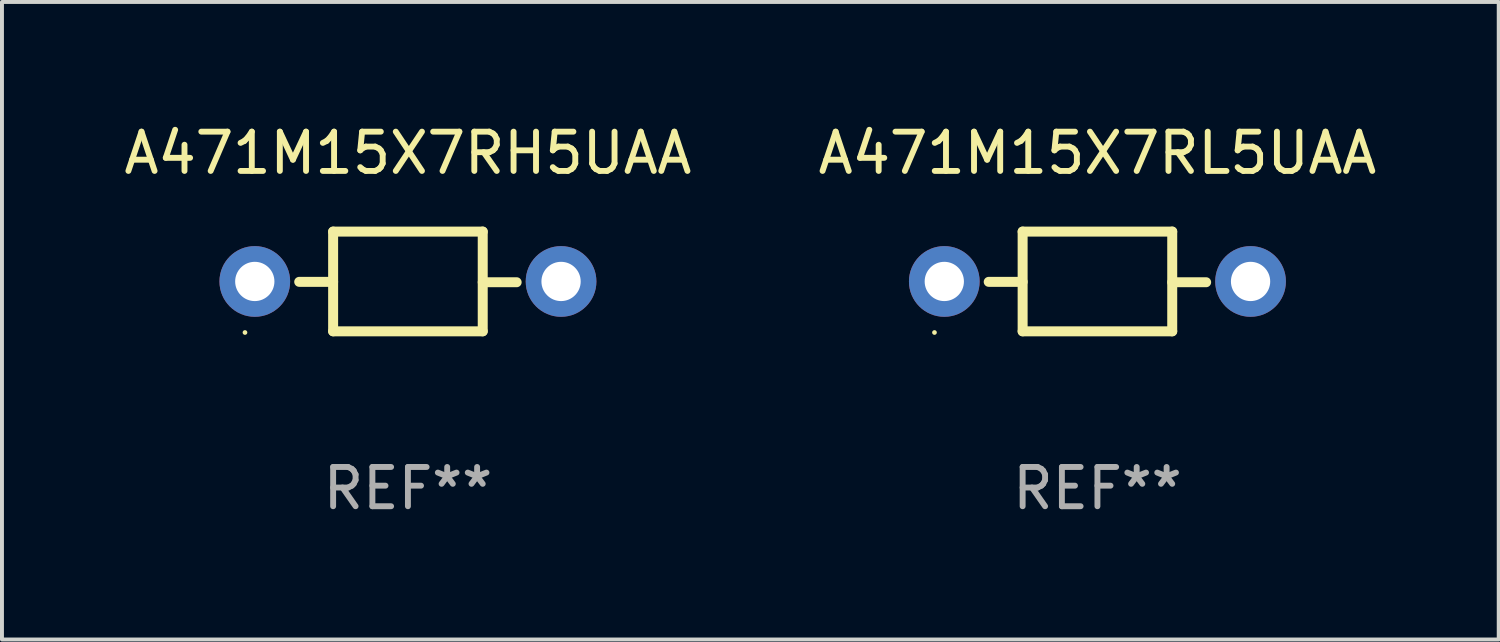
<source format=kicad_pcb>
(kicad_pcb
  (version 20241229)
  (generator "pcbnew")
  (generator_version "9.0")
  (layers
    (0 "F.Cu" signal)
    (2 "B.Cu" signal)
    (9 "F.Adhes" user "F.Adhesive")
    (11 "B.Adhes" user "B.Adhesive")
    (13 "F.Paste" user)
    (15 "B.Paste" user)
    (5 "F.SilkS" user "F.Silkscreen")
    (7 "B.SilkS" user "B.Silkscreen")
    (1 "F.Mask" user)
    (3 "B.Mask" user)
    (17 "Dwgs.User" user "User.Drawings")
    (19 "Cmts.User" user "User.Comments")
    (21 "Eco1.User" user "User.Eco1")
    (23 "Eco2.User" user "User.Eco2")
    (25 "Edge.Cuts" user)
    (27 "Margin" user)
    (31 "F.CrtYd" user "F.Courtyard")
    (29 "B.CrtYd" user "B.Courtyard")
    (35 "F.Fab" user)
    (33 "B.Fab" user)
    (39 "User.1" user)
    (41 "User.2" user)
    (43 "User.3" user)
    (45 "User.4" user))
  (footprint "A471M15X7RH5UAA"
    (layer "F.Cu")
    (at 7.339 4.118)
    (property "Reference" "A471M15X7RH5UAA" (at 0 -3.27 0) (layer "F.SilkS") (effects (font (size 1 1) (thickness 0.15))))
    (attr through_hole)
    (fp_line (start -1.905 -1.27) (end -1.905 1.27) (stroke (width 0.254) (type solid)) (layer "F.SilkS"))
    (fp_line (start -1.905 0.01) (end -2.769 0.01) (stroke (width 0.254) (type solid)) (layer "F.SilkS"))
    (fp_line (start -1.905 1.27) (end 1.905 1.27) (stroke (width 0.254) (type solid)) (layer "F.SilkS"))
    (fp_line (start 1.905 -1.27) (end -1.905 -1.27) (stroke (width 0.254) (type solid)) (layer "F.SilkS"))
    (fp_line (start 1.905 0.02) (end 2.769 0.02) (stroke (width 0.254) (type solid)) (layer "F.SilkS"))
    (fp_line (start 1.905 1.27) (end 1.905 -1.27) (stroke (width 0.254) (type solid)) (layer "F.SilkS"))
    (fp_circle (center -4.15 1.3) (end -4.12 1.3) (stroke (width 0.06) (type solid)) (fill no) (layer "F.SilkS"))
    (fp_text user "REF**" (at 0 5.27 0) (layer "F.Fab") (effects (font (size 1 1) (thickness 0.15))))
    (pad "1" thru_hole circle (at -3.9 0) (size 1.8 1.8) (drill 1) (layers "*.Cu" "*.Mask"))
    (pad "2" thru_hole circle (at 3.9 0) (size 1.8 1.8) (drill 1) (layers "*.Cu" "*.Mask")))
  (footprint "A471M15X7RL5UAA"
    (layer "F.Cu")
    (at 24.899 4.118)
    (property "Reference" "A471M15X7RL5UAA" (at 0 -3.27 0) (layer "F.SilkS") (effects (font (size 1 1) (thickness 0.15))))
    (attr through_hole)
    (fp_line (start -1.905 -1.27) (end -1.905 1.27) (stroke (width 0.254) (type solid)) (layer "F.SilkS"))
    (fp_line (start -1.905 0.01) (end -2.769 0.01) (stroke (width 0.254) (type solid)) (layer "F.SilkS"))
    (fp_line (start -1.905 1.27) (end 1.905 1.27) (stroke (width 0.254) (type solid)) (layer "F.SilkS"))
    (fp_line (start 1.905 -1.27) (end -1.905 -1.27) (stroke (width 0.254) (type solid)) (layer "F.SilkS"))
    (fp_line (start 1.905 0.02) (end 2.769 0.02) (stroke (width 0.254) (type solid)) (layer "F.SilkS"))
    (fp_line (start 1.905 1.27) (end 1.905 -1.27) (stroke (width 0.254) (type solid)) (layer "F.SilkS"))
    (fp_circle (center -4.15 1.3) (end -4.12 1.3) (stroke (width 0.06) (type solid)) (fill no) (layer "F.SilkS"))
    (fp_text user "REF**" (at 0 5.27 0) (layer "F.Fab") (effects (font (size 1 1) (thickness 0.15))))
    (pad "1" thru_hole circle (at -3.9 0) (size 1.8 1.8) (drill 1) (layers "*.Cu" "*.Mask"))
    (pad "2" thru_hole circle (at 3.9 0) (size 1.8 1.8) (drill 1) (layers "*.Cu" "*.Mask")))
  (gr_rect
    (start -3 -3)
    (end 35.119 13.237)
    (stroke (width 0.1) (type default))
    (fill no)
    (layer "Edge.Cuts")))
</source>
